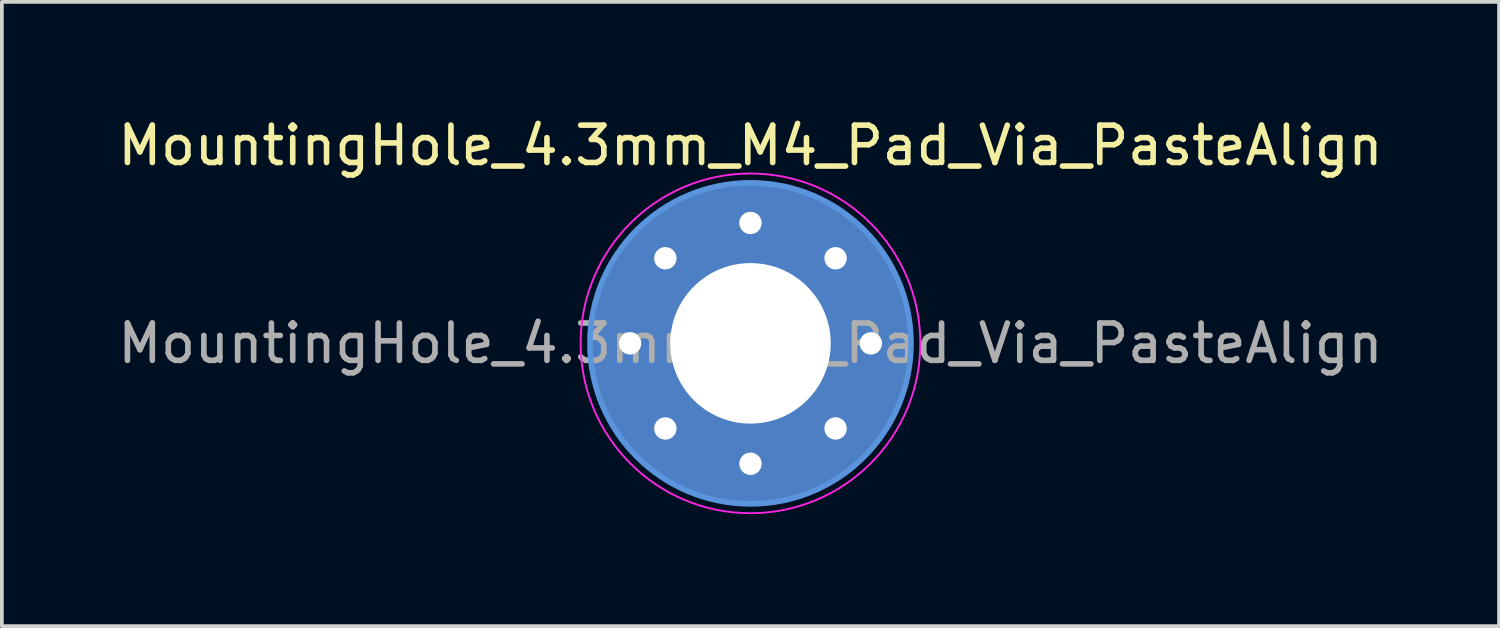
<source format=kicad_pcb>
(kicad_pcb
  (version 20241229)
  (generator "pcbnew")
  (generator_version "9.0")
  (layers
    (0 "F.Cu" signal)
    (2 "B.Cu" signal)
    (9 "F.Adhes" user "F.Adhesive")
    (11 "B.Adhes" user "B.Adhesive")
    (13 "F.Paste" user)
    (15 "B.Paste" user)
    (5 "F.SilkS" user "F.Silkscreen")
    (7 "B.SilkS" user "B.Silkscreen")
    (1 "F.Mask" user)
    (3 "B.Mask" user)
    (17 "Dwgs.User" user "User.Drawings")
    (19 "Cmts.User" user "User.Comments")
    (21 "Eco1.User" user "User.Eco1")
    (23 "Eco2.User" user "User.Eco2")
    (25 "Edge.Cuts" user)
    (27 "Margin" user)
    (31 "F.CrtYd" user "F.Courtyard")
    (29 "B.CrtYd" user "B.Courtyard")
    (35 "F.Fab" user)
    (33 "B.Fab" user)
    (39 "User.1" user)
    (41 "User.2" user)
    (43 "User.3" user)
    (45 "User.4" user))
  (footprint "MountingHole_4.3mm_M4_Pad_Via_PasteAlign"
    (layer "F.Cu")
    (at 17.054 6.148)
    (property "Reference" "MountingHole_4.3mm_M4_Pad_Via_PasteAlign" (at 0 -5.3 0) (layer "F.SilkS") (effects (font (size 1 1) (thickness 0.15))))
    (attr exclude_from_pos_files exclude_from_bom)
    (fp_circle (center 0 0) (end 2.15 0) (stroke (width 0) (type solid)) (fill yes) (layer "F.Paste"))
    (fp_circle (center 0 0) (end 2.15 0) (stroke (width 0) (type solid)) (fill yes) (layer "B.Paste"))
    (fp_circle (center 0 0) (end 4.3 0) (stroke (width 0.15) (type solid)) (fill no) (layer "Cmts.User"))
    (fp_circle (center 0 0) (end 4.55 0) (stroke (width 0.05) (type solid)) (fill no) (layer "F.CrtYd"))
    (fp_text user "${REFERENCE}" (at 0 0 0) (layer "F.Fab") (effects (font (size 1 1) (thickness 0.15))))
    (pad "1" thru_hole circle (at -3.225 0) (size 0.9 0.9) (drill 0.6) (layers "*.Cu" "*.Mask"))
    (pad "1" thru_hole circle (at -2.28 -2.28) (size 0.9 0.9) (drill 0.6) (layers "*.Cu" "*.Mask"))
    (pad "1" thru_hole circle (at -2.28 2.28) (size 0.9 0.9) (drill 0.6) (layers "*.Cu" "*.Mask"))
    (pad "1" thru_hole circle (at 0 -3.225) (size 0.9 0.9) (drill 0.6) (layers "*.Cu" "*.Mask"))
    (pad "1" thru_hole circle (at 0 0) (size 8.6 8.6) (drill 4.3) (layers "*.Cu" "*.Mask"))
    (pad "1" thru_hole circle (at 0 3.225) (size 0.9 0.9) (drill 0.6) (layers "*.Cu" "*.Mask"))
    (pad "1" thru_hole circle (at 2.28 -2.28) (size 0.9 0.9) (drill 0.6) (layers "*.Cu" "*.Mask"))
    (pad "1" thru_hole circle (at 2.28 2.28) (size 0.9 0.9) (drill 0.6) (layers "*.Cu" "*.Mask"))
    (pad "1" thru_hole circle (at 3.225 0) (size 0.9 0.9) (drill 0.6) (layers "*.Cu" "*.Mask")))
  (gr_rect
    (start -3 -3)
    (end 37.107 13.723)
    (stroke (width 0.1) (type default))
    (fill no)
    (layer "Edge.Cuts")))
</source>
